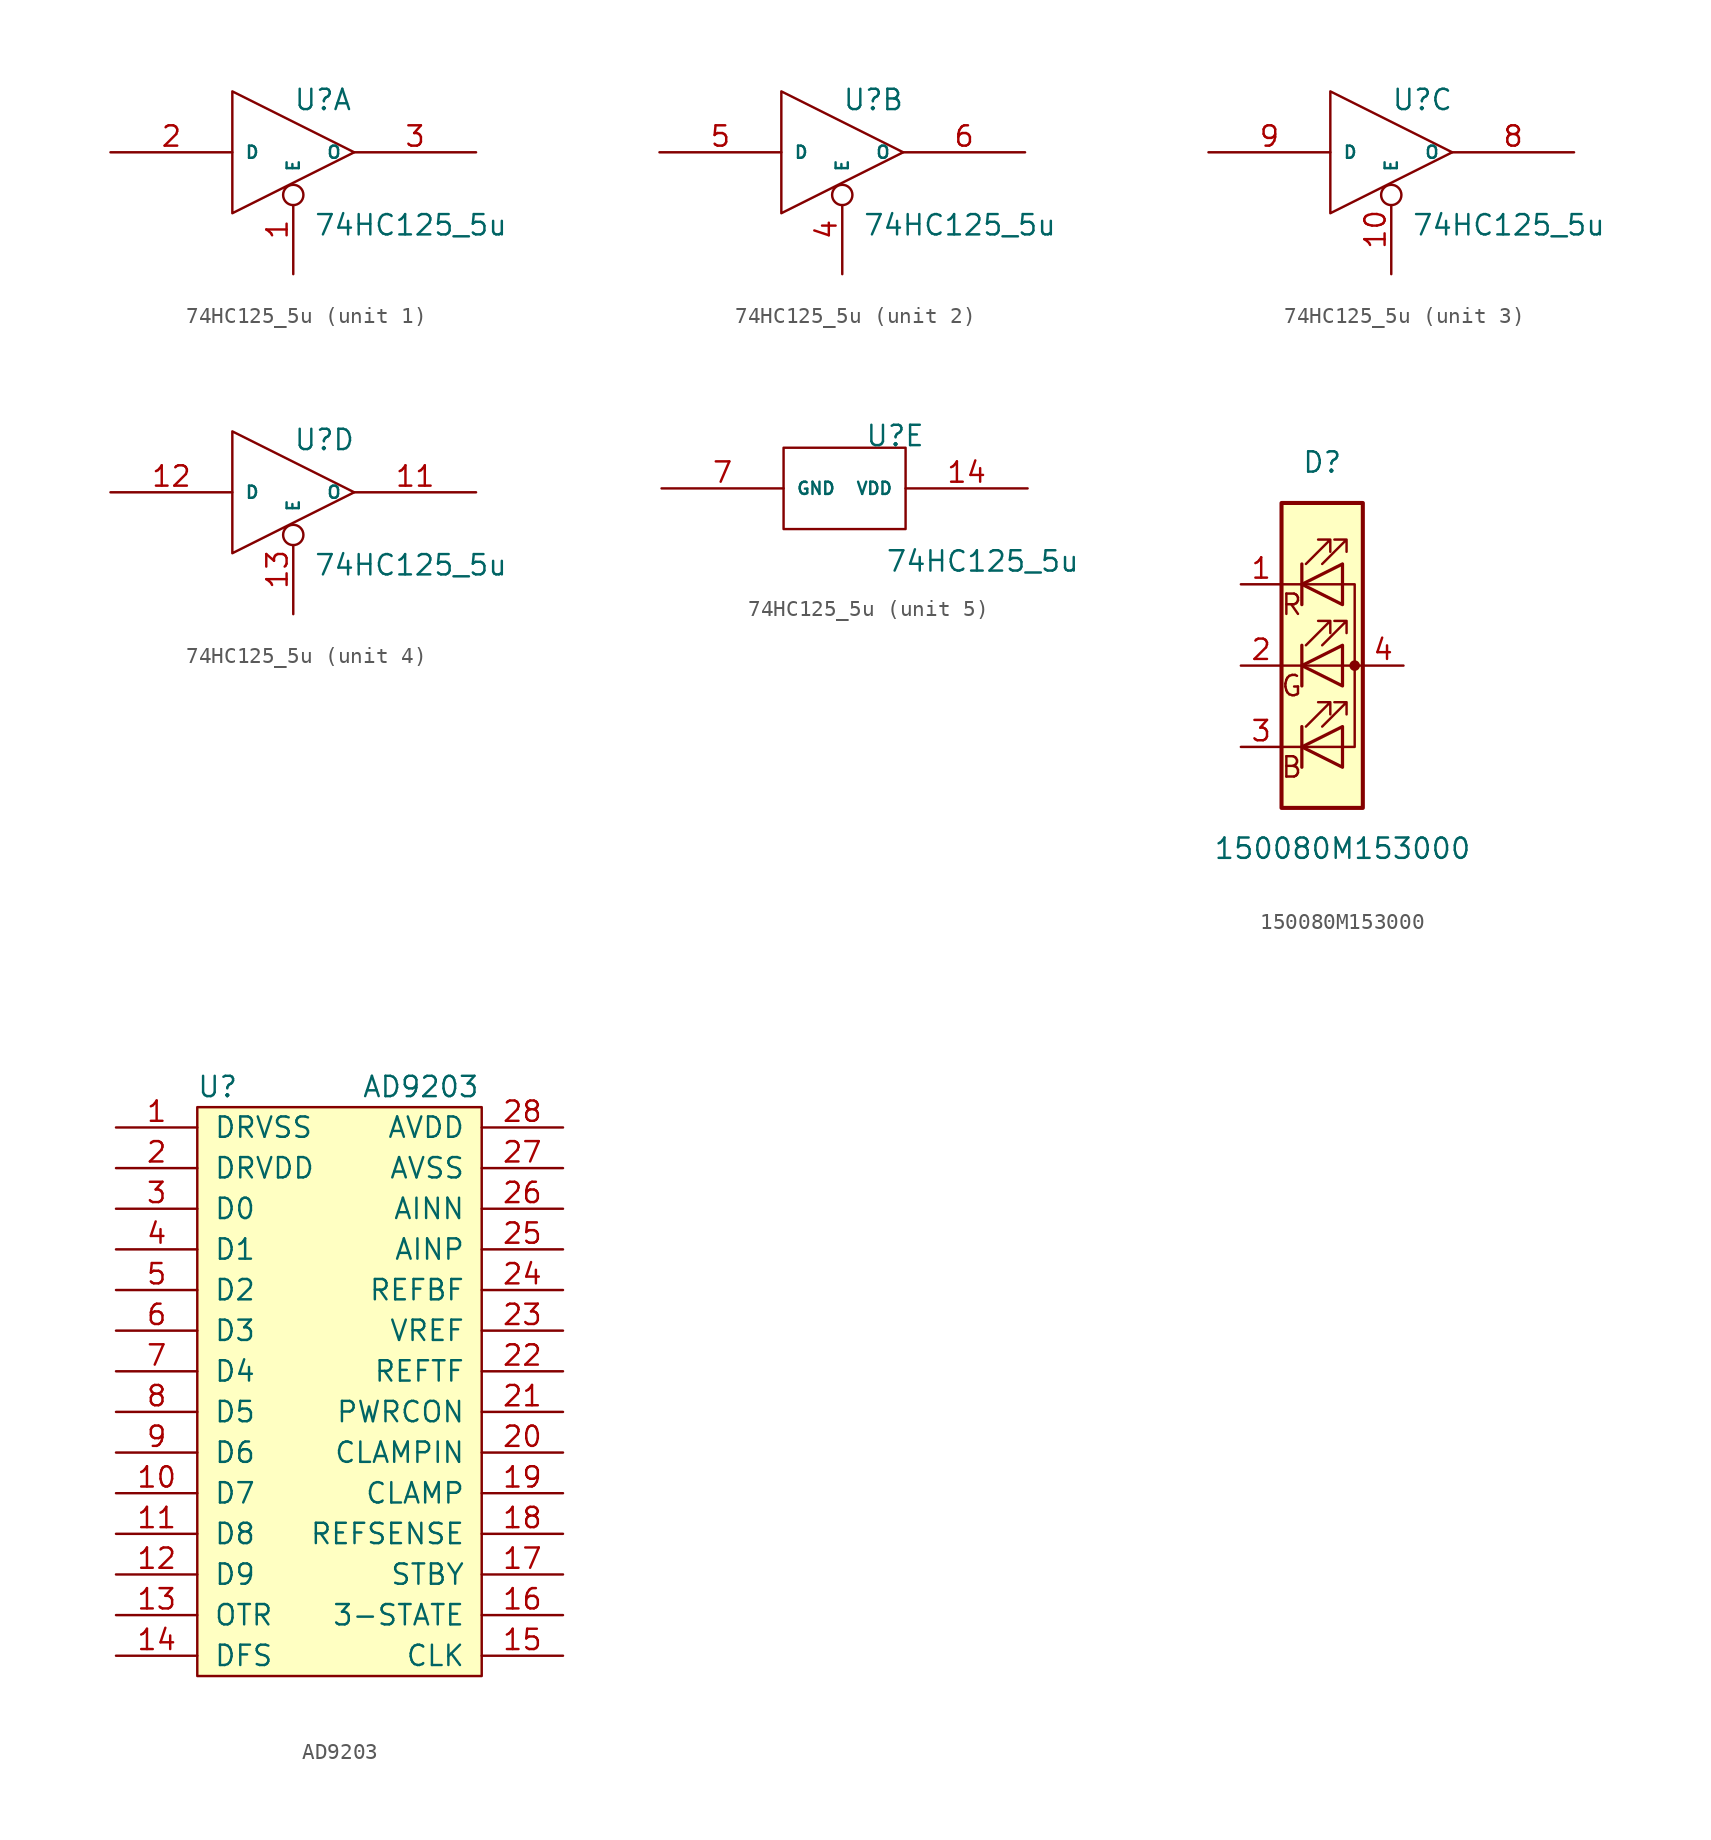
<source format=kicad_sym>
(kicad_symbol_lib
  (version 20211014)
  (generator kicad_symbol_editor)
  (symbol "74HC125_5u"
    (pin_names
      (offset 0.762))
    (property "Reference" "U"
      (at 0 2.54 0)
      (effects (font (size 1.27 1.27)) (justify left bottom)))
    (property "Value" "74HC125_5u"
      (at 1.27 -3.81 0)
      (effects (font (size 1.27 1.27)) (justify left top)))
    (property "ki_locked" ""
      (at 0 0 0)
      (effects (font (size 1.27 1.27))))
    (symbol "74HC125_5u_1_0"
      (pin input inverted (at 0 -7.62 90) (length 5.588) (name "E" (effects (font (size 0.762 0.762)))) (number "1" (effects (font (size 1.27 1.27))))))
    (symbol "74HC125_5u_1_1"
      (polyline (pts (xy -3.81 3.81) (xy -3.81 -3.81) (xy 3.81 0) (xy -3.81 3.81)) (stroke (width 0) (type default) (color 0 0 0 0)) (fill (type none)))
      (pin input line (at -11.43 0 0) (length 7.62) (name "D" (effects (font (size 0.762 0.762)))) (number "2" (effects (font (size 1.27 1.27)))))
      (pin tri_state line (at 11.43 0 180) (length 7.62) (name "O" (effects (font (size 0.762 0.762)))) (number "3" (effects (font (size 1.27 1.27))))))
    (symbol "74HC125_5u_2_0"
      (pin input inverted (at 0 -7.62 90) (length 5.588) (name "E" (effects (font (size 0.762 0.762)))) (number "4" (effects (font (size 1.27 1.27))))))
    (symbol "74HC125_5u_2_1"
      (polyline (pts (xy -3.81 3.81) (xy -3.81 -3.81) (xy 3.81 0) (xy -3.81 3.81)) (stroke (width 0) (type default) (color 0 0 0 0)) (fill (type none)))
      (pin input line (at -11.43 0 0) (length 7.62) (name "D" (effects (font (size 0.762 0.762)))) (number "5" (effects (font (size 1.27 1.27)))))
      (pin tri_state line (at 11.43 0 180) (length 7.62) (name "O" (effects (font (size 0.762 0.762)))) (number "6" (effects (font (size 1.27 1.27))))))
    (symbol "74HC125_5u_3_0"
      (pin input inverted (at 0 -7.62 90) (length 5.588) (name "E" (effects (font (size 0.762 0.762)))) (number "10" (effects (font (size 1.27 1.27))))))
    (symbol "74HC125_5u_3_1"
      (polyline (pts (xy -3.81 3.81) (xy -3.81 -3.81) (xy 3.81 0) (xy -3.81 3.81)) (stroke (width 0) (type default) (color 0 0 0 0)) (fill (type none)))
      (pin tri_state line (at 11.43 0 180) (length 7.62) (name "O" (effects (font (size 0.762 0.762)))) (number "8" (effects (font (size 1.27 1.27)))))
      (pin input line (at -11.43 0 0) (length 7.62) (name "D" (effects (font (size 0.762 0.762)))) (number "9" (effects (font (size 1.27 1.27))))))
    (symbol "74HC125_5u_4_0"
      (pin input inverted (at 0 -7.62 90) (length 5.588) (name "E" (effects (font (size 0.762 0.762)))) (number "13" (effects (font (size 1.27 1.27))))))
    (symbol "74HC125_5u_4_1"
      (polyline (pts (xy -3.81 3.81) (xy -3.81 -3.81) (xy 3.81 0) (xy -3.81 3.81)) (stroke (width 0) (type default) (color 0 0 0 0)) (fill (type none)))
      (pin tri_state line (at 11.43 0 180) (length 7.62) (name "O" (effects (font (size 0.762 0.762)))) (number "11" (effects (font (size 1.27 1.27)))))
      (pin input line (at -11.43 0 0) (length 7.62) (name "D" (effects (font (size 0.762 0.762)))) (number "12" (effects (font (size 1.27 1.27))))))
    (symbol "74HC125_5u_5_1"
      (polyline (pts (xy -5.08 2.54) (xy -5.08 -2.54) (xy 2.54 -2.54) (xy 2.54 2.54) (xy -5.08 2.54)) (stroke (width 0) (type default) (color 0 0 0 0)) (fill (type none)))
      (pin power_in line (at 10.16 0 180) (length 7.62) (name "VDD" (effects (font (size 0.762 0.762)))) (number "14" (effects (font (size 1.27 1.27)))))
      (pin power_in line (at -12.7 0 0) (length 7.62) (name "GND" (effects (font (size 0.762 0.762)))) (number "7" (effects (font (size 1.27 1.27)))))))
  (symbol "150080M153000"
    (pin_names
      (offset 0) hide)
    (property "Reference" "D"
      (at 0 12.7 0)
      (effects (font (size 1.27 1.27))))
    (property "Value" "150080M153000"
      (at 1.27 -11.43 0)
      (effects (font (size 1.27 1.27))))
    (symbol "150080M153000_0_0"
      (text "B" (at -1.905 -6.35 0) (effects (font (size 1.27 1.27))))
      (text "G" (at -1.905 -1.27 0) (effects (font (size 1.27 1.27))))
      (text "R" (at -1.905 3.81 0) (effects (font (size 1.27 1.27)))))
    (symbol "150080M153000_0_1"
      (polyline (pts (xy -2.54 -5.08) (xy 1.27 -5.08)) (stroke (width 0) (type default) (color 0 0 0 0)) (fill (type none)))
      (polyline (pts (xy -1.27 -3.81) (xy -1.27 -6.35)) (stroke (width 0.203) (type default) (color 0 0 0 0)) (fill (type none)))
      (polyline (pts (xy -1.27 1.27) (xy -1.27 -1.27)) (stroke (width 0.203) (type default) (color 0 0 0 0)) (fill (type none)))
      (polyline (pts (xy -1.27 6.35) (xy -1.27 3.81)) (stroke (width 0.203) (type default) (color 0 0 0 0)) (fill (type none)))
      (polyline (pts (xy 1.27 5.08) (xy -2.54 5.08)) (stroke (width 0) (type default) (color 0 0 0 0)) (fill (type none)))
      (polyline (pts (xy 2.54 0) (xy -2.54 0)) (stroke (width 0) (type default) (color 0 0 0 0)) (fill (type none)))
      (polyline (pts (xy 1.27 -5.08) (xy 2.032 -5.08) (xy 2.032 5.08) (xy 1.27 5.08)) (stroke (width 0) (type default) (color 0 0 0 0)) (fill (type none)))
      (polyline (pts (xy 1.27 -3.81) (xy 1.27 -6.35) (xy -1.27 -5.08) (xy 1.27 -3.81)) (stroke (width 0.203) (type default) (color 0 0 0 0)) (fill (type none)))
      (polyline (pts (xy 1.27 1.27) (xy 1.27 -1.27) (xy -1.27 0) (xy 1.27 1.27)) (stroke (width 0.203) (type default) (color 0 0 0 0)) (fill (type none)))
      (polyline (pts (xy 1.27 6.35) (xy 1.27 3.81) (xy -1.27 5.08) (xy 1.27 6.35)) (stroke (width 0.203) (type default) (color 0 0 0 0)) (fill (type none)))
      (polyline (pts (xy -1.016 -3.81) (xy 0.508 -2.286) (xy -0.254 -2.286) (xy 0.508 -2.286) (xy 0.508 -3.048)) (stroke (width 0) (type default) (color 0 0 0 0)) (fill (type none)))
      (polyline (pts (xy -1.016 1.27) (xy 0.508 2.794) (xy -0.254 2.794) (xy 0.508 2.794) (xy 0.508 2.032)) (stroke (width 0) (type default) (color 0 0 0 0)) (fill (type none)))
      (polyline (pts (xy -1.016 6.35) (xy 0.508 7.874) (xy -0.254 7.874) (xy 0.508 7.874) (xy 0.508 7.112)) (stroke (width 0) (type default) (color 0 0 0 0)) (fill (type none)))
      (polyline (pts (xy 0 -3.81) (xy 1.524 -2.286) (xy 0.762 -2.286) (xy 1.524 -2.286) (xy 1.524 -3.048)) (stroke (width 0) (type default) (color 0 0 0 0)) (fill (type none)))
      (polyline (pts (xy 0 1.27) (xy 1.524 2.794) (xy 0.762 2.794) (xy 1.524 2.794) (xy 1.524 2.032)) (stroke (width 0) (type default) (color 0 0 0 0)) (fill (type none)))
      (polyline (pts (xy 0 6.35) (xy 1.524 7.874) (xy 0.762 7.874) (xy 1.524 7.874) (xy 1.524 7.112)) (stroke (width 0) (type default) (color 0 0 0 0)) (fill (type none)))
      (rectangle (start 1.27 6.35) (end 1.27 6.35) (stroke (width 0) (type default) (color 0 0 0 0)) (fill (type none)))
      (circle (center 2.032 0) (radius 0.254) (stroke (width 0) (type default) (color 0 0 0 0)) (fill (type outline)))
      (rectangle (start 2.54 -8.89) (end -2.54 10.16) (stroke (width 0.254) (type default) (color 0 0 0 0)) (fill (type background))))
    (symbol "150080M153000_1_1"
      (pin passive line (at -5.08 5.08 0) (length 2.54) (name "RK" (effects (font (size 1.27 1.27)))) (number "1" (effects (font (size 1.27 1.27)))))
      (pin passive line (at -5.08 0 0) (length 2.54) (name "GK" (effects (font (size 1.27 1.27)))) (number "2" (effects (font (size 1.27 1.27)))))
      (pin passive line (at -5.08 -5.08 0) (length 2.54) (name "BK" (effects (font (size 1.27 1.27)))) (number "3" (effects (font (size 1.27 1.27)))))
      (pin passive line (at 5.08 0 180) (length 2.54) (name "A" (effects (font (size 1.27 1.27)))) (number "4" (effects (font (size 1.27 1.27)))))))
  (symbol "AD9203"
    (pin_names
      (offset 1.016))
    (property "Reference" "U"
      (at -7.62 19.05 0)
      (effects (font (size 1.27 1.27))))
    (property "Value" "AD9203"
      (at 5.08 19.05 0)
      (effects (font (size 1.27 1.27))))
    (symbol "AD9203_0_0"
      (pin power_in line (at -13.97 16.51 0) (length 5.08) (name "DRVSS" (effects (font (size 1.27 1.27)))) (number "1" (effects (font (size 1.27 1.27)))))
      (pin input line (at 13.97 -16.51 180) (length 5.08) (name "CLK" (effects (font (size 1.27 1.27)))) (number "15" (effects (font (size 1.27 1.27)))))
      (pin power_in line (at -13.97 13.97 0) (length 5.08) (name "DRVDD" (effects (font (size 1.27 1.27)))) (number "2" (effects (font (size 1.27 1.27)))))
      (pin output line (at -13.97 11.43 0) (length 5.08) (name "D0" (effects (font (size 1.27 1.27)))) (number "3" (effects (font (size 1.27 1.27))))))
    (symbol "AD9203_0_1"
      (rectangle (start -8.89 17.78) (end 8.89 -17.78) (stroke (width 0) (type default) (color 0 0 0 0)) (fill (type background))))
    (symbol "AD9203_1_1"
      (pin output line (at -13.97 -6.35 0) (length 5.08) (name "D7" (effects (font (size 1.27 1.27)))) (number "10" (effects (font (size 1.27 1.27)))))
      (pin output line (at -13.97 -8.89 0) (length 5.08) (name "D8" (effects (font (size 1.27 1.27)))) (number "11" (effects (font (size 1.27 1.27)))))
      (pin output line (at -13.97 -11.43 0) (length 5.08) (name "D9" (effects (font (size 1.27 1.27)))) (number "12" (effects (font (size 1.27 1.27)))))
      (pin output line (at -13.97 -13.97 0) (length 5.08) (name "OTR" (effects (font (size 1.27 1.27)))) (number "13" (effects (font (size 1.27 1.27)))))
      (pin input line (at -13.97 -16.51 0) (length 5.08) (name "DFS" (effects (font (size 1.27 1.27)))) (number "14" (effects (font (size 1.27 1.27)))))
      (pin input line (at 13.97 -13.97 180) (length 5.08) (name "3-STATE" (effects (font (size 1.27 1.27)))) (number "16" (effects (font (size 1.27 1.27)))))
      (pin input line (at 13.97 -11.43 180) (length 5.08) (name "STBY" (effects (font (size 1.27 1.27)))) (number "17" (effects (font (size 1.27 1.27)))))
      (pin passive line (at 13.97 -8.89 180) (length 5.08) (name "REFSENSE" (effects (font (size 1.27 1.27)))) (number "18" (effects (font (size 1.27 1.27)))))
      (pin input line (at 13.97 -6.35 180) (length 5.08) (name "CLAMP" (effects (font (size 1.27 1.27)))) (number "19" (effects (font (size 1.27 1.27)))))
      (pin passive line (at 13.97 -3.81 180) (length 5.08) (name "CLAMPIN" (effects (font (size 1.27 1.27)))) (number "20" (effects (font (size 1.27 1.27)))))
      (pin input line (at 13.97 -1.27 180) (length 5.08) (name "PWRCON" (effects (font (size 1.27 1.27)))) (number "21" (effects (font (size 1.27 1.27)))))
      (pin passive line (at 13.97 1.27 180) (length 5.08) (name "REFTF" (effects (font (size 1.27 1.27)))) (number "22" (effects (font (size 1.27 1.27)))))
      (pin passive line (at 13.97 3.81 180) (length 5.08) (name "VREF" (effects (font (size 1.27 1.27)))) (number "23" (effects (font (size 1.27 1.27)))))
      (pin passive line (at 13.97 6.35 180) (length 5.08) (name "REFBF" (effects (font (size 1.27 1.27)))) (number "24" (effects (font (size 1.27 1.27)))))
      (pin input line (at 13.97 8.89 180) (length 5.08) (name "AINP" (effects (font (size 1.27 1.27)))) (number "25" (effects (font (size 1.27 1.27)))))
      (pin input line (at 13.97 11.43 180) (length 5.08) (name "AINN" (effects (font (size 1.27 1.27)))) (number "26" (effects (font (size 1.27 1.27)))))
      (pin power_in line (at 13.97 13.97 180) (length 5.08) (name "AVSS" (effects (font (size 1.27 1.27)))) (number "27" (effects (font (size 1.27 1.27)))))
      (pin power_in line (at 13.97 16.51 180) (length 5.08) (name "AVDD" (effects (font (size 1.27 1.27)))) (number "28" (effects (font (size 1.27 1.27)))))
      (pin output line (at -13.97 8.89 0) (length 5.08) (name "D1" (effects (font (size 1.27 1.27)))) (number "4" (effects (font (size 1.27 1.27)))))
      (pin output line (at -13.97 6.35 0) (length 5.08) (name "D2" (effects (font (size 1.27 1.27)))) (number "5" (effects (font (size 1.27 1.27)))))
      (pin output line (at -13.97 3.81 0) (length 5.08) (name "D3" (effects (font (size 1.27 1.27)))) (number "6" (effects (font (size 1.27 1.27)))))
      (pin output line (at -13.97 1.27 0) (length 5.08) (name "D4" (effects (font (size 1.27 1.27)))) (number "7" (effects (font (size 1.27 1.27)))))
      (pin output line (at -13.97 -1.27 0) (length 5.08) (name "D5" (effects (font (size 1.27 1.27)))) (number "8" (effects (font (size 1.27 1.27)))))
      (pin output line (at -13.97 -3.81 0) (length 5.08) (name "D6" (effects (font (size 1.27 1.27)))) (number "9" (effects (font (size 1.27 1.27))))))))
</source>
